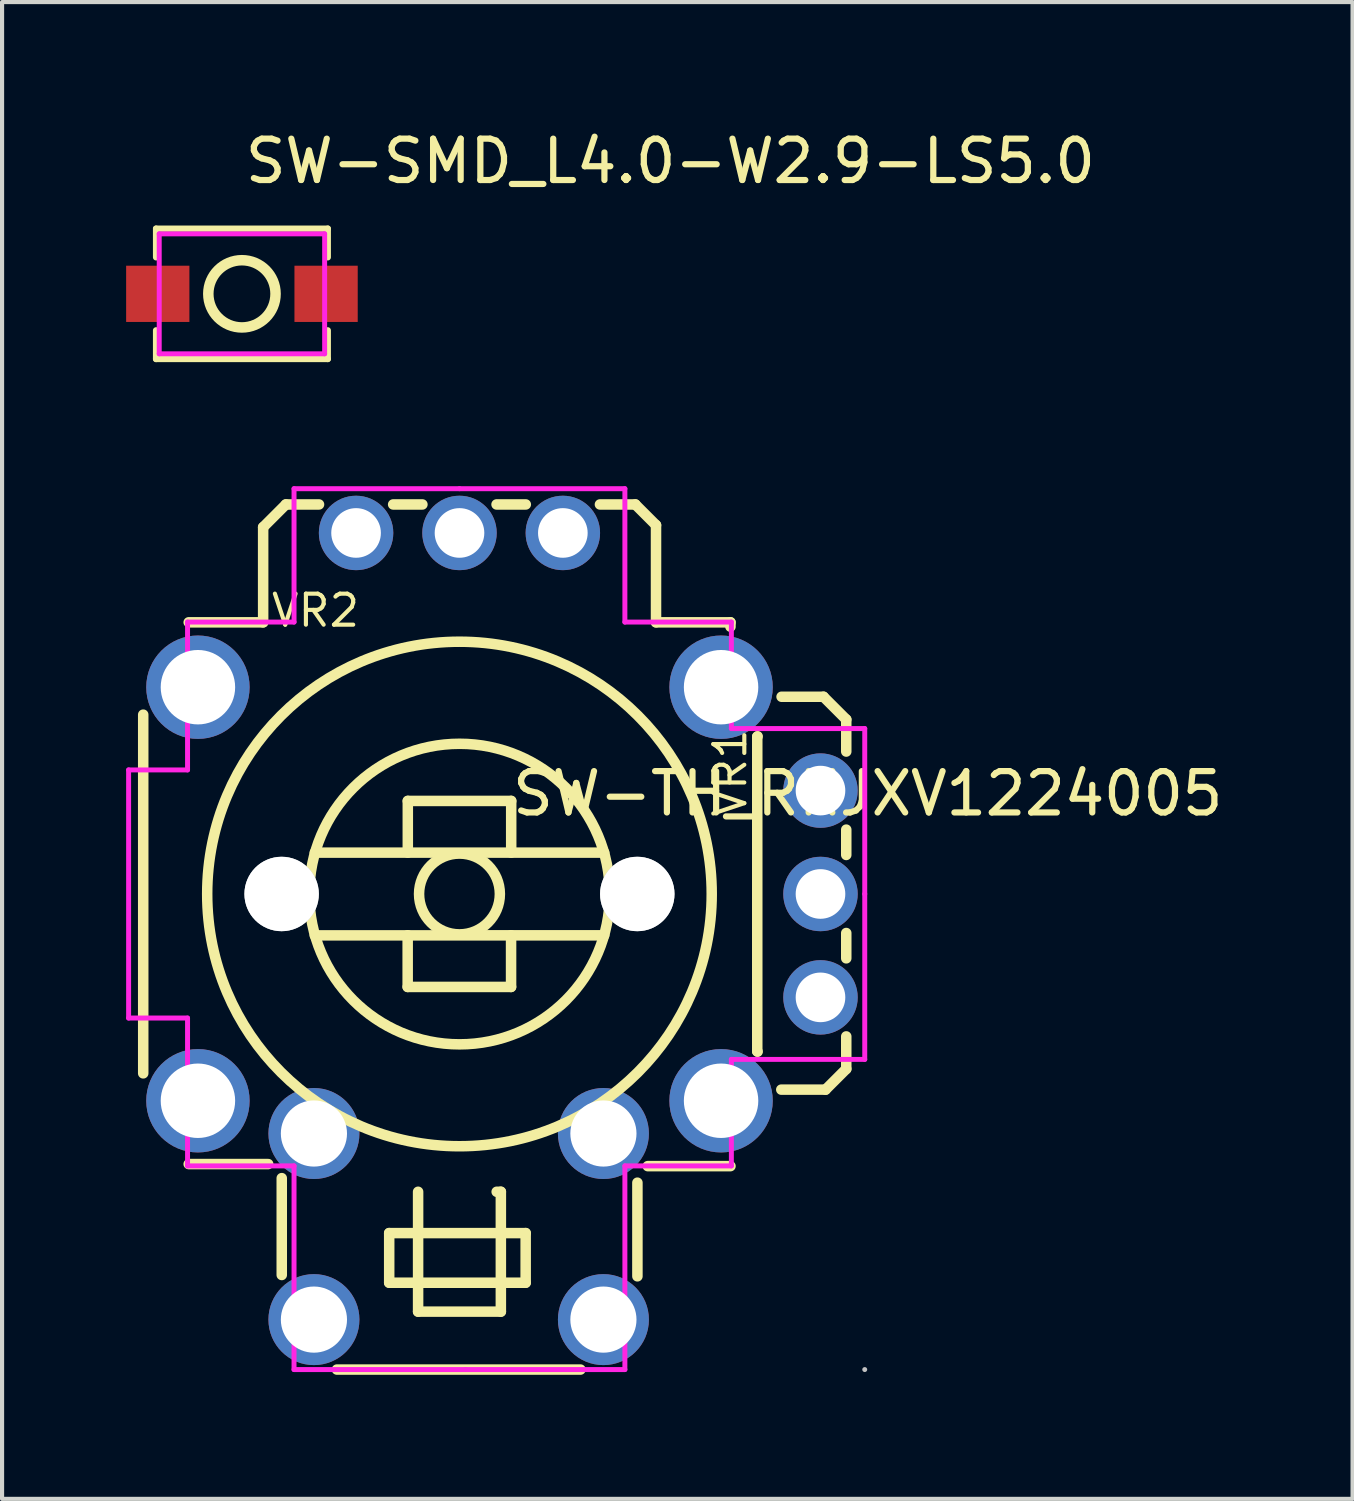
<source format=kicad_pcb>
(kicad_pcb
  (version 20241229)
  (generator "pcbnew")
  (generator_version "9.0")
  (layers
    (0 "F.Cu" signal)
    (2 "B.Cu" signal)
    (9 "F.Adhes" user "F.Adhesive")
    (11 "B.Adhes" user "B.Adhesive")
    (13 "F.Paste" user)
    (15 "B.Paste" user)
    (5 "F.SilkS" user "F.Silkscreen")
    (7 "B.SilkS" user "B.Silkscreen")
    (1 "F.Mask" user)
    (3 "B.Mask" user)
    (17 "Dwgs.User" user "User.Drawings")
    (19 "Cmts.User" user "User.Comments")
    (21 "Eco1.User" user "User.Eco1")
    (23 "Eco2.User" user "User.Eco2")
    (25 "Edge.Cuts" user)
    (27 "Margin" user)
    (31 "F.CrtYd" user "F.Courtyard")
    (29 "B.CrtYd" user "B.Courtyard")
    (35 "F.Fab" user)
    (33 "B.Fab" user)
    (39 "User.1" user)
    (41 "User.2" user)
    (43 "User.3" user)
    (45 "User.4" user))
  (footprint "SW-SMD_L4.0-W2.9-LS5.0"
    (layer "F.Cu")
    (at 2.8 4.055)
    (property "Reference" "SW-SMD_L4.0-W2.9-LS5.0" (at 0 -3.207 0) (layer "F.SilkS") (effects (font (size 1 1) (thickness 0.15)) (justify left)))
    (attr through_hole)
    (fp_line (start -2.076 -1.576) (end -2.076 -0.883) (stroke (width 0.152) (type solid)) (layer "F.SilkS"))
    (fp_line (start -2.076 1.576) (end -2.076 0.883) (stroke (width 0.152) (type solid)) (layer "F.SilkS"))
    (fp_line (start 2.076 -1.576) (end -2.076 -1.576) (stroke (width 0.152) (type solid)) (layer "F.SilkS"))
    (fp_line (start 2.076 -1.576) (end 2.076 -0.883) (stroke (width 0.152) (type solid)) (layer "F.SilkS"))
    (fp_line (start 2.076 1.576) (end -2.076 1.576) (stroke (width 0.152) (type solid)) (layer "F.SilkS"))
    (fp_line (start 2.076 1.576) (end 2.076 0.883) (stroke (width 0.152) (type solid)) (layer "F.SilkS"))
    (fp_circle (center 0 0) (end 0.813 0) (stroke (width 0.254) (type solid)) (fill no) (layer "F.SilkS"))
    (fp_circle (center -2.5 1.45) (end -2.47 1.45) (stroke (width 0.06) (type solid)) (fill no) (layer "Eco2.User"))
    (fp_poly (pts (xy -2.5 -0.65) (xy -2.5 0.65) (xy -1.3 0.65) (xy -1.3 -0.65)) (stroke (width 0.12) (type solid)) (fill no) (layer "Eco2.User"))
    (fp_poly (pts (xy 2.5 -0.65) (xy 2.5 0.65) (xy 1.3 0.65) (xy 1.3 -0.65)) (stroke (width 0.12) (type solid)) (fill no) (layer "Eco2.User"))
    (fp_line (start -2 -1.45) (end 2 -1.45) (stroke (width 0.12) (type solid)) (layer "F.CrtYd"))
    (fp_line (start -2 1.45) (end -2 -1.45) (stroke (width 0.12) (type solid)) (layer "F.CrtYd"))
    (fp_line (start 2 -1.45) (end 2 1.45) (stroke (width 0.12) (type solid)) (layer "F.CrtYd"))
    (fp_line (start 2 1.45) (end -2 1.45) (stroke (width 0.12) (type solid)) (layer "F.CrtYd"))
    (pad "1" smd rect (at -2.035 0) (size 1.53 1.36) (layers "F.Cu" "F.Mask" "F.Paste"))
    (pad "2" smd rect (at 2.035 0) (size 1.53 1.36) (layers "F.Cu" "F.Mask" "F.Paste")))
  (footprint "SW-TH_RKJXV1224005"
    (layer "F.Cu")
    (at 9.263 19.348)
    (property "Reference" "SW-TH_RKJXV1224005" (at 0 -3.207 0) (layer "F.SilkS") (effects (font (size 1 1) (thickness 0.15)) (justify left)))
    (attr through_hole)
    (fp_line (start -8.85 -5.117) (end -8.85 3.556) (stroke (width 0.254) (type solid)) (layer "F.SilkS"))
    (fp_line (start -7.75 -7.35) (end -5.95 -7.35) (stroke (width 0.254) (type solid)) (layer "F.SilkS"))
    (fp_line (start -7.75 5.75) (end -5.828 5.75) (stroke (width 0.254) (type solid)) (layer "F.SilkS"))
    (fp_line (start -5.95 -9.65) (end -5.4 -10.2) (stroke (width 0.254) (type solid)) (layer "F.SilkS"))
    (fp_line (start -5.95 -7.35) (end -5.95 -9.65) (stroke (width 0.254) (type solid)) (layer "F.SilkS"))
    (fp_line (start -5.5 6.09) (end -5.5 8.432) (stroke (width 0.254) (type solid)) (layer "F.SilkS"))
    (fp_line (start -5.4 -10.2) (end -4.599 -10.2) (stroke (width 0.254) (type solid)) (layer "F.SilkS"))
    (fp_line (start -4.702 -1.781) (end 2.298 -1.781) (stroke (width 0.254) (type solid)) (layer "F.SilkS"))
    (fp_line (start -4.702 0.22) (end 2.298 0.219) (stroke (width 0.254) (type solid)) (layer "F.SilkS"))
    (fp_line (start -4.166 10.719) (end 1.723 10.719) (stroke (width 0.254) (type solid)) (layer "F.SilkS"))
    (fp_line (start -2.902 7.419) (end 0.398 7.419) (stroke (width 0.254) (type solid)) (layer "F.SilkS"))
    (fp_line (start -2.902 8.619) (end -2.902 7.419) (stroke (width 0.254) (type solid)) (layer "F.SilkS"))
    (fp_line (start -2.806 -10.2) (end -2.099 -10.2) (stroke (width 0.254) (type solid)) (layer "F.SilkS"))
    (fp_line (start -2.455 1.467) (end -2.455 0.217) (stroke (width 0.254) (type solid)) (layer "F.SilkS"))
    (fp_line (start -2.452 -3.031) (end 0.048 -3.031) (stroke (width 0.254) (type solid)) (layer "F.SilkS"))
    (fp_line (start -2.452 -1.781) (end -2.452 -3.031) (stroke (width 0.254) (type solid)) (layer "F.SilkS"))
    (fp_line (start -2.203 6.42) (end -2.203 9.318) (stroke (width 0.254) (type solid)) (layer "F.SilkS"))
    (fp_line (start -2.203 9.318) (end -0.202 9.318) (stroke (width 0.254) (type solid)) (layer "F.SilkS"))
    (fp_line (start -0.306 -10.2) (end 0.401 -10.2) (stroke (width 0.254) (type solid)) (layer "F.SilkS"))
    (fp_line (start -0.202 6.42) (end -0.303 6.42) (stroke (width 0.254) (type solid)) (layer "F.SilkS"))
    (fp_line (start -0.202 9.318) (end -0.202 6.42) (stroke (width 0.254) (type solid)) (layer "F.SilkS"))
    (fp_line (start 0.045 0.217) (end 0.045 1.467) (stroke (width 0.254) (type solid)) (layer "F.SilkS"))
    (fp_line (start 0.045 1.467) (end -2.455 1.467) (stroke (width 0.254) (type solid)) (layer "F.SilkS"))
    (fp_line (start 0.048 -3.031) (end 0.048 -1.781) (stroke (width 0.254) (type solid)) (layer "F.SilkS"))
    (fp_line (start 0.398 7.419) (end 0.398 8.619) (stroke (width 0.254) (type solid)) (layer "F.SilkS"))
    (fp_line (start 0.398 8.619) (end -2.902 8.619) (stroke (width 0.254) (type solid)) (layer "F.SilkS"))
    (fp_line (start 2.194 -10.2) (end 3.05 -10.2) (stroke (width 0.254) (type solid)) (layer "F.SilkS"))
    (fp_line (start 3.05 -10.2) (end 3.55 -9.7) (stroke (width 0.254) (type solid)) (layer "F.SilkS"))
    (fp_line (start 3.1 6.2) (end 3.1 8.464) (stroke (width 0.254) (type solid)) (layer "F.SilkS"))
    (fp_line (start 3.55 -9.7) (end 3.55 -7.35) (stroke (width 0.254) (type solid)) (layer "F.SilkS"))
    (fp_line (start 3.55 -7.35) (end 5.35 -7.35) (stroke (width 0.254) (type solid)) (layer "F.SilkS"))
    (fp_line (start 5.35 -7.35) (end 5.35 -7.244) (stroke (width 0.254) (type solid)) (layer "F.SilkS"))
    (fp_line (start 5.35 5.8) (end 3.35 5.8) (stroke (width 0.254) (type solid)) (layer "F.SilkS"))
    (fp_line (start 5.998 -4.586) (end 5.998 3.025) (stroke (width 0.254) (type solid)) (layer "F.SilkS"))
    (fp_line (start 6.006 -4.594) (end 5.998 -4.586) (stroke (width 0.254) (type solid)) (layer "F.SilkS"))
    (fp_line (start 6.006 3.033) (end 5.998 3.025) (stroke (width 0.254) (type solid)) (layer "F.SilkS"))
    (fp_line (start 6.586 -5.55) (end 7.6 -5.55) (stroke (width 0.254) (type solid)) (layer "F.SilkS"))
    (fp_line (start 7.6 -5.55) (end 8.15 -5) (stroke (width 0.254) (type solid)) (layer "F.SilkS"))
    (fp_line (start 7.65 3.95) (end 6.579 3.95) (stroke (width 0.254) (type solid)) (layer "F.SilkS"))
    (fp_line (start 8.15 -5) (end 8.15 -4.225) (stroke (width 0.254) (type solid)) (layer "F.SilkS"))
    (fp_line (start 8.15 -2.337) (end 8.15 -1.725) (stroke (width 0.254) (type solid)) (layer "F.SilkS"))
    (fp_line (start 8.15 0.163) (end 8.15 0.775) (stroke (width 0.254) (type solid)) (layer "F.SilkS"))
    (fp_line (start 8.15 2.663) (end 8.15 3.45) (stroke (width 0.254) (type solid)) (layer "F.SilkS"))
    (fp_line (start 8.15 3.45) (end 7.65 3.95) (stroke (width 0.254) (type solid)) (layer "F.SilkS"))
    (fp_circle (center -1.203 -0.781) (end -0.226 -0.781) (stroke (width 0.254) (type solid)) (fill no) (layer "F.SilkS"))
    (fp_circle (center -1.203 -0.781) (end 4.897 -0.781) (stroke (width 0.254) (type solid)) (fill no) (layer "F.SilkS"))
    (fp_circle (center -1.201 -0.779) (end 2.433 -0.779) (stroke (width 0.254) (type solid)) (fill no) (layer "F.SilkS"))
    (fp_circle (center -5.503 -0.781) (end -5.053 -0.781) (stroke (width 0.9) (type solid)) (fill no) (layer "Dwgs.User"))
    (fp_circle (center 3.097 -0.781) (end 3.547 -0.781) (stroke (width 0.9) (type solid)) (fill no) (layer "Dwgs.User"))
    (fp_circle (center 8.597 10.719) (end 8.627 10.719) (stroke (width 0.06) (type solid)) (fill no) (layer "Dwgs.User"))
    (fp_circle (center 8.597 10.719) (end 8.627 10.719) (stroke (width 0.06) (type solid)) (fill no) (layer "Eco2.User"))
    (fp_poly (pts (xy -7.778 -5.181) (xy -7.778 -6.381) (xy -7.478 -6.381) (xy -7.478 -5.181)) (stroke (width 0.12) (type solid)) (fill no) (layer "Eco2.User"))
    (fp_poly (pts (xy -7.778 4.819) (xy -7.778 3.619) (xy -7.478 3.619) (xy -7.478 4.819)) (stroke (width 0.12) (type solid)) (fill no) (layer "Eco2.User"))
    (fp_poly (pts (xy -4.872 5.461) (xy -4.872 4.561) (xy -4.572 4.561) (xy -4.572 5.461)) (stroke (width 0.12) (type solid)) (fill no) (layer "Eco2.User"))
    (fp_poly (pts (xy -4.872 9.961) (xy -4.872 9.061) (xy -4.572 9.061) (xy -4.572 9.961)) (stroke (width 0.12) (type solid)) (fill no) (layer "Eco2.User"))
    (fp_poly (pts (xy -4.153 -9.661) (xy -3.253 -9.661) (xy -3.253 -9.361) (xy -4.153 -9.361)) (stroke (width 0.12) (type solid)) (fill no) (layer "Eco2.User"))
    (fp_poly (pts (xy -1.652 -9.661) (xy -0.752 -9.661) (xy -0.752 -9.361) (xy -1.652 -9.361)) (stroke (width 0.12) (type solid)) (fill no) (layer "Eco2.User"))
    (fp_poly (pts (xy 1.747 -9.361) (xy 0.847 -9.361) (xy 0.847 -9.661) (xy 1.747 -9.661)) (stroke (width 0.12) (type solid)) (fill no) (layer "Eco2.User"))
    (fp_poly (pts (xy 2.128 5.461) (xy 2.128 4.561) (xy 2.428 4.561) (xy 2.428 5.461)) (stroke (width 0.12) (type solid)) (fill no) (layer "Eco2.User"))
    (fp_poly (pts (xy 2.128 9.961) (xy 2.128 9.061) (xy 2.428 9.061) (xy 2.428 9.961)) (stroke (width 0.12) (type solid)) (fill no) (layer "Eco2.User"))
    (fp_poly (pts (xy 5.072 -5.181) (xy 5.072 -6.381) (xy 5.372 -6.381) (xy 5.372 -5.181)) (stroke (width 0.12) (type solid)) (fill no) (layer "Eco2.User"))
    (fp_poly (pts (xy 5.072 4.819) (xy 5.072 3.619) (xy 5.372 3.619) (xy 5.372 4.819)) (stroke (width 0.12) (type solid)) (fill no) (layer "Eco2.User"))
    (fp_poly (pts (xy 7.377 -2.831) (xy 7.377 -3.731) (xy 7.677 -3.731) (xy 7.677 -2.831)) (stroke (width 0.12) (type solid)) (fill no) (layer "Eco2.User"))
    (fp_poly (pts (xy 7.377 -0.331) (xy 7.377 -1.231) (xy 7.677 -1.231) (xy 7.677 -0.331)) (stroke (width 0.12) (type solid)) (fill no) (layer "Eco2.User"))
    (fp_poly (pts (xy 7.377 2.169) (xy 7.377 1.269) (xy 7.677 1.269) (xy 7.677 2.169)) (stroke (width 0.12) (type solid)) (fill no) (layer "Eco2.User"))
    (fp_line (start -9.203 -3.781) (end -7.778 -3.781) (stroke (width 0.12) (type solid)) (layer "F.CrtYd"))
    (fp_line (start -9.203 2.219) (end -9.203 -3.781) (stroke (width 0.12) (type solid)) (layer "F.CrtYd"))
    (fp_line (start -7.778 -7.356) (end -5.203 -7.356) (stroke (width 0.12) (type solid)) (layer "F.CrtYd"))
    (fp_line (start -7.778 -3.781) (end -7.778 -7.356) (stroke (width 0.12) (type solid)) (layer "F.CrtYd"))
    (fp_line (start -7.778 2.219) (end -9.203 2.219) (stroke (width 0.12) (type solid)) (layer "F.CrtYd"))
    (fp_line (start -7.778 5.794) (end -7.778 2.219) (stroke (width 0.12) (type solid)) (layer "F.CrtYd"))
    (fp_line (start -5.203 -10.581) (end -1.203 -10.581) (stroke (width 0.12) (type solid)) (layer "F.CrtYd"))
    (fp_line (start -5.203 -7.356) (end -5.203 -10.581) (stroke (width 0.12) (type solid)) (layer "F.CrtYd"))
    (fp_line (start -5.203 5.794) (end -7.778 5.794) (stroke (width 0.12) (type solid)) (layer "F.CrtYd"))
    (fp_line (start -5.203 10.719) (end -5.203 5.794) (stroke (width 0.12) (type solid)) (layer "F.CrtYd"))
    (fp_line (start -1.203 -10.581) (end 2.797 -10.581) (stroke (width 0.12) (type solid)) (layer "F.CrtYd"))
    (fp_line (start -1.053 10.719) (end -5.203 10.719) (stroke (width 0.12) (type solid)) (layer "F.CrtYd"))
    (fp_line (start 2.797 -10.581) (end 2.797 -7.356) (stroke (width 0.12) (type solid)) (layer "F.CrtYd"))
    (fp_line (start 2.797 -7.356) (end 5.372 -7.356) (stroke (width 0.12) (type solid)) (layer "F.CrtYd"))
    (fp_line (start 2.797 5.794) (end 2.797 10.719) (stroke (width 0.12) (type solid)) (layer "F.CrtYd"))
    (fp_line (start 2.797 10.719) (end -1.053 10.719) (stroke (width 0.12) (type solid)) (layer "F.CrtYd"))
    (fp_line (start 5.372 -7.356) (end 5.372 -4.781) (stroke (width 0.12) (type solid)) (layer "F.CrtYd"))
    (fp_line (start 5.372 -4.781) (end 8.597 -4.781) (stroke (width 0.12) (type solid)) (layer "F.CrtYd"))
    (fp_line (start 5.372 3.219) (end 5.372 5.794) (stroke (width 0.12) (type solid)) (layer "F.CrtYd"))
    (fp_line (start 5.372 5.794) (end 2.797 5.794) (stroke (width 0.12) (type solid)) (layer "F.CrtYd"))
    (fp_line (start 8.597 -4.781) (end 8.597 -0.781) (stroke (width 0.12) (type solid)) (layer "F.CrtYd"))
    (fp_line (start 8.597 -0.781) (end 8.597 3.219) (stroke (width 0.12) (type solid)) (layer "F.CrtYd"))
    (fp_line (start 8.597 3.219) (end 5.372 3.219) (stroke (width 0.12) (type solid)) (layer "F.CrtYd"))
    (fp_text user "VR2" (at -5.803 -7.635 0) (layer "F.SilkS") (effects (font (size 0.75 0.75) (thickness 0.1)) (justify left)))
    (fp_text user "VR1" (at 5.343 -2.59 90) (layer "F.SilkS") (effects (font (size 0.75 0.75) (thickness 0.1)) (justify left)))
    (pad "" np_thru_hole circle (at -5.503 -0.781) (size 1.8 1.8) (drill 1.8) (layers "*.Cu" "*.Mask"))
    (pad "" np_thru_hole circle (at 3.097 -0.781) (size 1.8 1.8) (drill 1.8) (layers "*.Cu" "*.Mask"))
    (pad "1" thru_hole circle (at 7.527 1.719) (size 1.8 1.8) (drill 1.2) (layers "*.Cu" "*.Mask"))
    (pad "2" thru_hole circle (at 7.527 -0.781) (size 1.8 1.8) (drill 1.2) (layers "*.Cu" "*.Mask"))
    (pad "3" thru_hole circle (at 7.527 -3.281) (size 1.8 1.8) (drill 1.2) (layers "*.Cu" "*.Mask"))
    (pad "4" thru_hole circle (at 1.297 -9.511) (size 1.8 1.8) (drill 1.2) (layers "*.Cu" "*.Mask"))
    (pad "5" thru_hole circle (at -1.202 -9.511) (size 1.8 1.8) (drill 1.2) (layers "*.Cu" "*.Mask"))
    (pad "6" thru_hole circle (at -3.703 -9.511) (size 1.8 1.8) (drill 1.2) (layers "*.Cu" "*.Mask"))
    (pad "7" thru_hole circle (at -7.527 -5.781) (size 2.5 2.5) (drill 1.8) (layers "*.Cu" "*.Mask"))
    (pad "8" thru_hole circle (at -7.527 4.219) (size 2.5 2.5) (drill 1.8) (layers "*.Cu" "*.Mask"))
    (pad "9" thru_hole circle (at 5.123 4.219) (size 2.5 2.5) (drill 1.8) (layers "*.Cu" "*.Mask"))
    (pad "10" thru_hole circle (at 5.123 -5.781) (size 2.5 2.5) (drill 1.8) (layers "*.Cu" "*.Mask"))
    (pad "a" thru_hole circle (at -4.722 5.011) (size 2.2 2.2) (drill 1.6) (layers "*.Cu" "*.Mask"))
    (pad "b" thru_hole circle (at -4.722 9.511) (size 2.2 2.2) (drill 1.6) (layers "*.Cu" "*.Mask"))
    (pad "c" thru_hole circle (at 2.278 5.011) (size 2.2 2.2) (drill 1.6) (layers "*.Cu" "*.Mask"))
    (pad "d" thru_hole circle (at 2.278 9.511) (size 2.2 2.2) (drill 1.6) (layers "*.Cu" "*.Mask")))
  (gr_rect
    (start -3 -3)
    (end 29.656 33.194)
    (stroke (width 0.1) (type default))
    (fill no)
    (layer "Edge.Cuts")))
</source>
